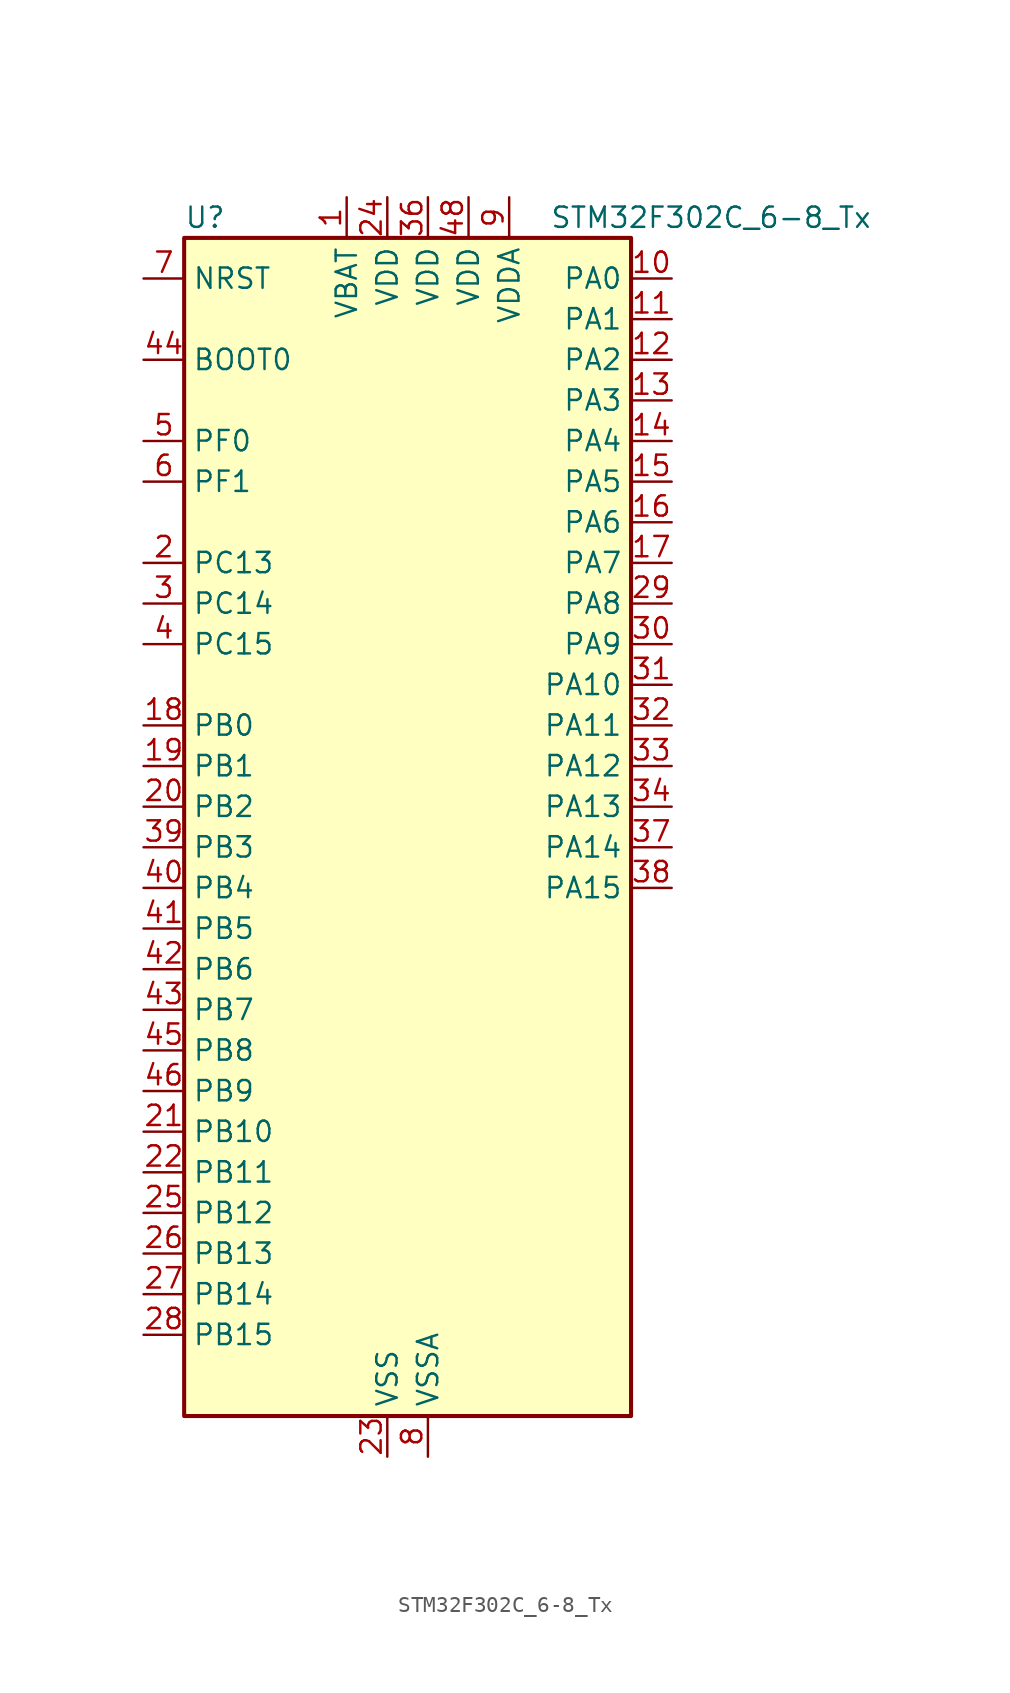
<source format=kicad_sym>
(kicad_symbol_lib
  (version 20220914)
  (generator kicad_symbol_editor)
  (symbol "STM32F302C_6-8_Tx"
    (property "Reference" "U"
      (at -12.7 39.37 0)
      (effects (font (size 1.27 1.27)) (justify left)))
    (property "Value" "STM32F302C_6-8_Tx"
      (at 10.16 39.37 0)
      (effects (font (size 1.27 1.27)) (justify left)))
    (property "ki_locked" ""
      (at 0 0 0)
      (effects (font (size 1.27 1.27))))
    (symbol "STM32F302C_6-8_Tx_0_1"
      (rectangle (start -12.7 -35.56) (end 15.24 38.1) (stroke (width 0.254) (type default)) (fill (type background))))
    (symbol "STM32F302C_6-8_Tx_1_1"
      (pin power_in line (at -2.54 40.64 270) (length 2.54) (name "VBAT" (effects (font (size 1.27 1.27)))) (number "1" (effects (font (size 1.27 1.27)))))
      (pin bidirectional line (at 17.78 35.56 180) (length 2.54) (name "PA0" (effects (font (size 1.27 1.27)))) (number "10" (effects (font (size 1.27 1.27)))) (alternate "ADC1_IN1" bidirectional line) (alternate "RTC_TAMP2" bidirectional line) (alternate "SYS_WKUP1" bidirectional line) (alternate "TIM2_CH1" bidirectional line) (alternate "TIM2_ETR" bidirectional line) (alternate "TSC_G1_IO1" bidirectional line) (alternate "USART2_CTS" bidirectional line))
      (pin bidirectional line (at 17.78 33.02 180) (length 2.54) (name "PA1" (effects (font (size 1.27 1.27)))) (number "11" (effects (font (size 1.27 1.27)))) (alternate "ADC1_IN2" bidirectional line) (alternate "RTC_REFIN" bidirectional line) (alternate "TIM15_CH1N" bidirectional line) (alternate "TIM2_CH2" bidirectional line) (alternate "TSC_G1_IO2" bidirectional line) (alternate "USART2_DE" bidirectional line) (alternate "USART2_RTS" bidirectional line))
      (pin bidirectional line (at 17.78 30.48 180) (length 2.54) (name "PA2" (effects (font (size 1.27 1.27)))) (number "12" (effects (font (size 1.27 1.27)))) (alternate "ADC1_IN3" bidirectional line) (alternate "COMP2_INM" bidirectional line) (alternate "COMP2_OUT" bidirectional line) (alternate "TIM15_CH1" bidirectional line) (alternate "TIM2_CH3" bidirectional line) (alternate "TSC_G1_IO3" bidirectional line) (alternate "USART2_TX" bidirectional line))
      (pin bidirectional line (at 17.78 27.94 180) (length 2.54) (name "PA3" (effects (font (size 1.27 1.27)))) (number "13" (effects (font (size 1.27 1.27)))) (alternate "ADC1_IN4" bidirectional line) (alternate "TIM15_CH2" bidirectional line) (alternate "TIM2_CH4" bidirectional line) (alternate "TSC_G1_IO4" bidirectional line) (alternate "USART2_RX" bidirectional line))
      (pin bidirectional line (at 17.78 25.4 180) (length 2.54) (name "PA4" (effects (font (size 1.27 1.27)))) (number "14" (effects (font (size 1.27 1.27)))) (alternate "ADC1_IN5" bidirectional line) (alternate "COMP2_INM" bidirectional line) (alternate "COMP4_INM" bidirectional line) (alternate "COMP6_INM" bidirectional line) (alternate "DAC_OUT1" bidirectional line) (alternate "I2S3_WS" bidirectional line) (alternate "SPI3_NSS" bidirectional line) (alternate "TSC_G2_IO1" bidirectional line) (alternate "USART2_CK" bidirectional line))
      (pin bidirectional line (at 17.78 22.86 180) (length 2.54) (name "PA5" (effects (font (size 1.27 1.27)))) (number "15" (effects (font (size 1.27 1.27)))) (alternate "OPAMP2_VINM" bidirectional line) (alternate "OPAMP2_VINM_SEC" bidirectional line) (alternate "TIM2_CH1" bidirectional line) (alternate "TIM2_ETR" bidirectional line) (alternate "TSC_G2_IO2" bidirectional line))
      (pin bidirectional line (at 17.78 20.32 180) (length 2.54) (name "PA6" (effects (font (size 1.27 1.27)))) (number "16" (effects (font (size 1.27 1.27)))) (alternate "ADC1_IN10" bidirectional line) (alternate "OPAMP2_VOUT" bidirectional line) (alternate "TIM16_CH1" bidirectional line) (alternate "TIM1_BKIN" bidirectional line) (alternate "TSC_G2_IO3" bidirectional line))
      (pin bidirectional line (at 17.78 17.78 180) (length 2.54) (name "PA7" (effects (font (size 1.27 1.27)))) (number "17" (effects (font (size 1.27 1.27)))) (alternate "ADC1_IN15" bidirectional line) (alternate "COMP2_INP" bidirectional line) (alternate "OPAMP2_VINP" bidirectional line) (alternate "OPAMP2_VINP_SEC" bidirectional line) (alternate "TIM17_CH1" bidirectional line) (alternate "TIM1_CH1N" bidirectional line) (alternate "TSC_G2_IO4" bidirectional line))
      (pin bidirectional line (at -15.24 7.62 0) (length 2.54) (name "PB0" (effects (font (size 1.27 1.27)))) (number "18" (effects (font (size 1.27 1.27)))) (alternate "ADC1_IN11" bidirectional line) (alternate "COMP4_INP" bidirectional line) (alternate "OPAMP2_VINP" bidirectional line) (alternate "OPAMP2_VINP_SEC" bidirectional line) (alternate "TIM1_CH2N" bidirectional line) (alternate "TSC_G3_IO2" bidirectional line))
      (pin bidirectional line (at -15.24 5.08 0) (length 2.54) (name "PB1" (effects (font (size 1.27 1.27)))) (number "19" (effects (font (size 1.27 1.27)))) (alternate "ADC1_IN12" bidirectional line) (alternate "COMP4_OUT" bidirectional line) (alternate "TIM1_CH3N" bidirectional line) (alternate "TSC_G3_IO3" bidirectional line))
      (pin bidirectional line (at -15.24 17.78 0) (length 2.54) (name "PC13" (effects (font (size 1.27 1.27)))) (number "2" (effects (font (size 1.27 1.27)))) (alternate "RTC_OUT_ALARM" bidirectional line) (alternate "RTC_OUT_CALIB" bidirectional line) (alternate "RTC_TAMP1" bidirectional line) (alternate "RTC_TS" bidirectional line) (alternate "SYS_WKUP2" bidirectional line) (alternate "TIM1_CH1N" bidirectional line))
      (pin bidirectional line (at -15.24 2.54 0) (length 2.54) (name "PB2" (effects (font (size 1.27 1.27)))) (number "20" (effects (font (size 1.27 1.27)))) (alternate "COMP4_INM" bidirectional line) (alternate "TSC_G3_IO4" bidirectional line))
      (pin bidirectional line (at -15.24 -17.78 0) (length 2.54) (name "PB10" (effects (font (size 1.27 1.27)))) (number "21" (effects (font (size 1.27 1.27)))) (alternate "TIM2_CH3" bidirectional line) (alternate "TSC_SYNC" bidirectional line) (alternate "USART3_TX" bidirectional line))
      (pin bidirectional line (at -15.24 -20.32 0) (length 2.54) (name "PB11" (effects (font (size 1.27 1.27)))) (number "22" (effects (font (size 1.27 1.27)))) (alternate "ADC1_EXTI11" bidirectional line) (alternate "ADC1_IN14" bidirectional line) (alternate "COMP6_INP" bidirectional line) (alternate "TIM2_CH4" bidirectional line) (alternate "TSC_G6_IO1" bidirectional line) (alternate "USART3_RX" bidirectional line))
      (pin power_in line (at 0 -38.1 90) (length 2.54) (name "VSS" (effects (font (size 1.27 1.27)))) (number "23" (effects (font (size 1.27 1.27)))))
      (pin power_in line (at 0 40.64 270) (length 2.54) (name "VDD" (effects (font (size 1.27 1.27)))) (number "24" (effects (font (size 1.27 1.27)))))
      (pin bidirectional line (at -15.24 -22.86 0) (length 2.54) (name "PB12" (effects (font (size 1.27 1.27)))) (number "25" (effects (font (size 1.27 1.27)))) (alternate "I2C2_SMBA" bidirectional line) (alternate "I2S2_WS" bidirectional line) (alternate "SPI2_NSS" bidirectional line) (alternate "TIM1_BKIN" bidirectional line) (alternate "TSC_G6_IO2" bidirectional line) (alternate "USART3_CK" bidirectional line))
      (pin bidirectional line (at -15.24 -25.4 0) (length 2.54) (name "PB13" (effects (font (size 1.27 1.27)))) (number "26" (effects (font (size 1.27 1.27)))) (alternate "ADC1_IN13" bidirectional line) (alternate "I2S2_CK" bidirectional line) (alternate "SPI2_SCK" bidirectional line) (alternate "TIM1_CH1N" bidirectional line) (alternate "TSC_G6_IO3" bidirectional line) (alternate "USART3_CTS" bidirectional line))
      (pin bidirectional line (at -15.24 -27.94 0) (length 2.54) (name "PB14" (effects (font (size 1.27 1.27)))) (number "27" (effects (font (size 1.27 1.27)))) (alternate "I2S2_ext_SD" bidirectional line) (alternate "OPAMP2_VINP" bidirectional line) (alternate "OPAMP2_VINP_SEC" bidirectional line) (alternate "SPI2_MISO" bidirectional line) (alternate "TIM15_CH1" bidirectional line) (alternate "TIM1_CH2N" bidirectional line) (alternate "TSC_G6_IO4" bidirectional line) (alternate "USART3_DE" bidirectional line) (alternate "USART3_RTS" bidirectional line))
      (pin bidirectional line (at -15.24 -30.48 0) (length 2.54) (name "PB15" (effects (font (size 1.27 1.27)))) (number "28" (effects (font (size 1.27 1.27)))) (alternate "ADC1_EXTI15" bidirectional line) (alternate "COMP6_INM" bidirectional line) (alternate "I2S2_SD" bidirectional line) (alternate "RTC_REFIN" bidirectional line) (alternate "SPI2_MOSI" bidirectional line) (alternate "TIM15_CH1N" bidirectional line) (alternate "TIM15_CH2" bidirectional line) (alternate "TIM1_CH3N" bidirectional line))
      (pin bidirectional line (at 17.78 15.24 180) (length 2.54) (name "PA8" (effects (font (size 1.27 1.27)))) (number "29" (effects (font (size 1.27 1.27)))) (alternate "I2C2_SMBA" bidirectional line) (alternate "I2C3_SCL" bidirectional line) (alternate "I2S2_MCK" bidirectional line) (alternate "RCC_MCO" bidirectional line) (alternate "TIM1_CH1" bidirectional line) (alternate "USART1_CK" bidirectional line))
      (pin bidirectional line (at -15.24 15.24 0) (length 2.54) (name "PC14" (effects (font (size 1.27 1.27)))) (number "3" (effects (font (size 1.27 1.27)))) (alternate "RCC_OSC32_IN" bidirectional line))
      (pin bidirectional line (at 17.78 12.7 180) (length 2.54) (name "PA9" (effects (font (size 1.27 1.27)))) (number "30" (effects (font (size 1.27 1.27)))) (alternate "DAC_EXTI9" bidirectional line) (alternate "I2C2_SCL" bidirectional line) (alternate "I2C3_SMBA" bidirectional line) (alternate "I2S3_MCK" bidirectional line) (alternate "TIM15_BKIN" bidirectional line) (alternate "TIM1_CH2" bidirectional line) (alternate "TIM2_CH3" bidirectional line) (alternate "TSC_G4_IO1" bidirectional line) (alternate "USART1_TX" bidirectional line))
      (pin bidirectional line (at 17.78 10.16 180) (length 2.54) (name "PA10" (effects (font (size 1.27 1.27)))) (number "31" (effects (font (size 1.27 1.27)))) (alternate "COMP6_OUT" bidirectional line) (alternate "I2C2_SDA" bidirectional line) (alternate "I2S2_ext_SD" bidirectional line) (alternate "SPI2_MISO" bidirectional line) (alternate "TIM17_BKIN" bidirectional line) (alternate "TIM1_CH3" bidirectional line) (alternate "TIM2_CH4" bidirectional line) (alternate "TSC_G4_IO2" bidirectional line) (alternate "USART1_RX" bidirectional line))
      (pin bidirectional line (at 17.78 7.62 180) (length 2.54) (name "PA11" (effects (font (size 1.27 1.27)))) (number "32" (effects (font (size 1.27 1.27)))) (alternate "ADC1_EXTI11" bidirectional line) (alternate "CAN_RX" bidirectional line) (alternate "I2S2_SD" bidirectional line) (alternate "SPI2_MOSI" bidirectional line) (alternate "TIM1_BKIN2" bidirectional line) (alternate "TIM1_CH1N" bidirectional line) (alternate "TIM1_CH4" bidirectional line) (alternate "USART1_CTS" bidirectional line) (alternate "USB_DM" bidirectional line))
      (pin bidirectional line (at 17.78 5.08 180) (length 2.54) (name "PA12" (effects (font (size 1.27 1.27)))) (number "33" (effects (font (size 1.27 1.27)))) (alternate "CAN_TX" bidirectional line) (alternate "COMP2_OUT" bidirectional line) (alternate "I2S_CKIN" bidirectional line) (alternate "TIM16_CH1" bidirectional line) (alternate "TIM1_CH2N" bidirectional line) (alternate "TIM1_ETR" bidirectional line) (alternate "USART1_DE" bidirectional line) (alternate "USART1_RTS" bidirectional line) (alternate "USB_DP" bidirectional line))
      (pin bidirectional line (at 17.78 2.54 180) (length 2.54) (name "PA13" (effects (font (size 1.27 1.27)))) (number "34" (effects (font (size 1.27 1.27)))) (alternate "IR_OUT" bidirectional line) (alternate "SYS_JTMS-SWDIO" bidirectional line) (alternate "TIM16_CH1N" bidirectional line) (alternate "TSC_G4_IO3" bidirectional line) (alternate "USART3_CTS" bidirectional line))
      (pin passive line (at 0 -38.1 90) (length 2.54) hide (name "VSS" (effects (font (size 1.27 1.27)))) (number "35" (effects (font (size 1.27 1.27)))))
      (pin power_in line (at 2.54 40.64 270) (length 2.54) (name "VDD" (effects (font (size 1.27 1.27)))) (number "36" (effects (font (size 1.27 1.27)))))
      (pin bidirectional line (at 17.78 0 180) (length 2.54) (name "PA14" (effects (font (size 1.27 1.27)))) (number "37" (effects (font (size 1.27 1.27)))) (alternate "I2C1_SDA" bidirectional line) (alternate "SYS_JTCK-SWCLK" bidirectional line) (alternate "TIM1_BKIN" bidirectional line) (alternate "TSC_G4_IO4" bidirectional line) (alternate "USART2_TX" bidirectional line))
      (pin bidirectional line (at 17.78 -2.54 180) (length 2.54) (name "PA15" (effects (font (size 1.27 1.27)))) (number "38" (effects (font (size 1.27 1.27)))) (alternate "ADC1_EXTI15" bidirectional line) (alternate "I2C1_SCL" bidirectional line) (alternate "I2S3_WS" bidirectional line) (alternate "SPI3_NSS" bidirectional line) (alternate "SYS_JTDI" bidirectional line) (alternate "TIM1_BKIN" bidirectional line) (alternate "TIM2_CH1" bidirectional line) (alternate "TIM2_ETR" bidirectional line) (alternate "TSC_SYNC" bidirectional line) (alternate "USART2_RX" bidirectional line))
      (pin bidirectional line (at -15.24 0 0) (length 2.54) (name "PB3" (effects (font (size 1.27 1.27)))) (number "39" (effects (font (size 1.27 1.27)))) (alternate "I2S3_CK" bidirectional line) (alternate "SPI3_SCK" bidirectional line) (alternate "SYS_JTDO-TRACESWO" bidirectional line) (alternate "TIM2_CH2" bidirectional line) (alternate "TSC_G5_IO1" bidirectional line) (alternate "USART2_TX" bidirectional line))
      (pin bidirectional line (at -15.24 12.7 0) (length 2.54) (name "PC15" (effects (font (size 1.27 1.27)))) (number "4" (effects (font (size 1.27 1.27)))) (alternate "ADC1_EXTI15" bidirectional line) (alternate "RCC_OSC32_OUT" bidirectional line))
      (pin bidirectional line (at -15.24 -2.54 0) (length 2.54) (name "PB4" (effects (font (size 1.27 1.27)))) (number "40" (effects (font (size 1.27 1.27)))) (alternate "I2S3_ext_SD" bidirectional line) (alternate "SPI3_MISO" bidirectional line) (alternate "SYS_NJTRST" bidirectional line) (alternate "TIM16_CH1" bidirectional line) (alternate "TIM17_BKIN" bidirectional line) (alternate "TSC_G5_IO2" bidirectional line) (alternate "USART2_RX" bidirectional line))
      (pin bidirectional line (at -15.24 -5.08 0) (length 2.54) (name "PB5" (effects (font (size 1.27 1.27)))) (number "41" (effects (font (size 1.27 1.27)))) (alternate "I2C1_SMBA" bidirectional line) (alternate "I2C3_SDA" bidirectional line) (alternate "I2S3_SD" bidirectional line) (alternate "SPI3_MOSI" bidirectional line) (alternate "TIM16_BKIN" bidirectional line) (alternate "TIM17_CH1" bidirectional line) (alternate "USART2_CK" bidirectional line))
      (pin bidirectional line (at -15.24 -7.62 0) (length 2.54) (name "PB6" (effects (font (size 1.27 1.27)))) (number "42" (effects (font (size 1.27 1.27)))) (alternate "I2C1_SCL" bidirectional line) (alternate "TIM16_CH1N" bidirectional line) (alternate "TSC_G5_IO3" bidirectional line) (alternate "USART1_TX" bidirectional line))
      (pin bidirectional line (at -15.24 -10.16 0) (length 2.54) (name "PB7" (effects (font (size 1.27 1.27)))) (number "43" (effects (font (size 1.27 1.27)))) (alternate "I2C1_SDA" bidirectional line) (alternate "TIM17_CH1N" bidirectional line) (alternate "TSC_G5_IO4" bidirectional line) (alternate "USART1_RX" bidirectional line))
      (pin input line (at -15.24 30.48 0) (length 2.54) (name "BOOT0" (effects (font (size 1.27 1.27)))) (number "44" (effects (font (size 1.27 1.27)))))
      (pin bidirectional line (at -15.24 -12.7 0) (length 2.54) (name "PB8" (effects (font (size 1.27 1.27)))) (number "45" (effects (font (size 1.27 1.27)))) (alternate "CAN_RX" bidirectional line) (alternate "I2C1_SCL" bidirectional line) (alternate "TIM16_CH1" bidirectional line) (alternate "TIM1_BKIN" bidirectional line) (alternate "TSC_SYNC" bidirectional line) (alternate "USART3_RX" bidirectional line))
      (pin bidirectional line (at -15.24 -15.24 0) (length 2.54) (name "PB9" (effects (font (size 1.27 1.27)))) (number "46" (effects (font (size 1.27 1.27)))) (alternate "CAN_TX" bidirectional line) (alternate "COMP2_OUT" bidirectional line) (alternate "DAC_EXTI9" bidirectional line) (alternate "I2C1_SDA" bidirectional line) (alternate "IR_OUT" bidirectional line) (alternate "TIM17_CH1" bidirectional line) (alternate "USART3_TX" bidirectional line))
      (pin passive line (at 0 -38.1 90) (length 2.54) hide (name "VSS" (effects (font (size 1.27 1.27)))) (number "47" (effects (font (size 1.27 1.27)))))
      (pin power_in line (at 5.08 40.64 270) (length 2.54) (name "VDD" (effects (font (size 1.27 1.27)))) (number "48" (effects (font (size 1.27 1.27)))))
      (pin bidirectional line (at -15.24 25.4 0) (length 2.54) (name "PF0" (effects (font (size 1.27 1.27)))) (number "5" (effects (font (size 1.27 1.27)))) (alternate "I2C2_SDA" bidirectional line) (alternate "I2S2_WS" bidirectional line) (alternate "RCC_OSC_IN" bidirectional line) (alternate "SPI2_NSS" bidirectional line) (alternate "TIM1_CH3N" bidirectional line))
      (pin bidirectional line (at -15.24 22.86 0) (length 2.54) (name "PF1" (effects (font (size 1.27 1.27)))) (number "6" (effects (font (size 1.27 1.27)))) (alternate "I2C2_SCL" bidirectional line) (alternate "I2S2_CK" bidirectional line) (alternate "RCC_OSC_OUT" bidirectional line) (alternate "SPI2_SCK" bidirectional line))
      (pin input line (at -15.24 35.56 0) (length 2.54) (name "NRST" (effects (font (size 1.27 1.27)))) (number "7" (effects (font (size 1.27 1.27)))))
      (pin power_in line (at 2.54 -38.1 90) (length 2.54) (name "VSSA" (effects (font (size 1.27 1.27)))) (number "8" (effects (font (size 1.27 1.27)))))
      (pin power_in line (at 7.62 40.64 270) (length 2.54) (name "VDDA" (effects (font (size 1.27 1.27)))) (number "9" (effects (font (size 1.27 1.27))))))))
</source>
